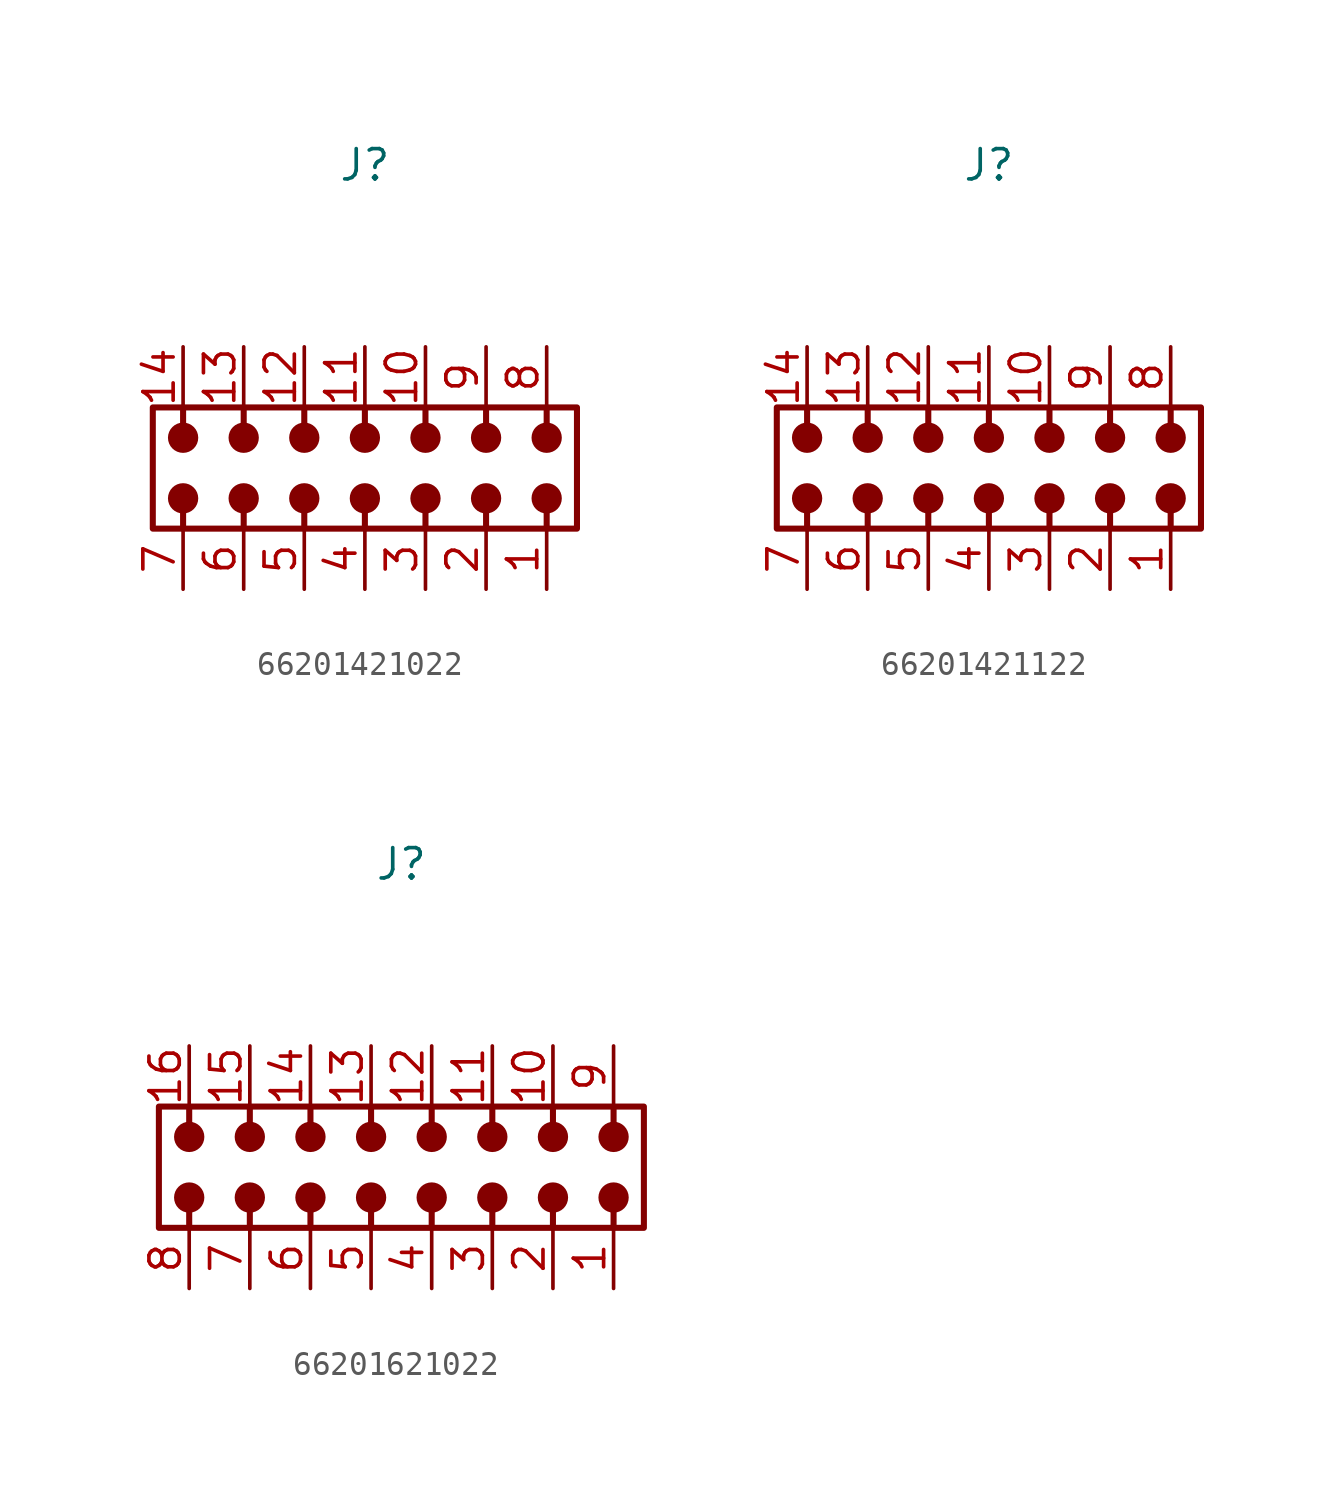
<source format=kicad_sym>
(kicad_symbol_lib
  (version 20241209)
  (generator "kicad_symbol_editor")
  (generator_version "9.0")
  (symbol "66201421022"
    (pin_names
      (hide yes))
    (property "Reference" "J"
      (at 0 12.7 0)
      (effects (font (size 1.27 1.27))))
    (symbol "66201421022_1_1"
      (rectangle (start -8.89 2.54) (end 8.89 -2.54) (stroke (width 0.254) (type solid)) (fill (type none)))
      (polyline (pts (xy -7.62 1.778) (xy -7.62 2.54)) (stroke (width 0.254) (type solid)) (fill (type none)))
      (circle (center -7.62 1.27) (radius 0.508) (stroke (width 0.254) (type solid)) (fill (type outline)))
      (circle (center -7.62 -1.27) (radius 0.508) (stroke (width 0.254) (type solid)) (fill (type outline)))
      (polyline (pts (xy -7.62 -1.778) (xy -7.62 -2.54)) (stroke (width 0.254) (type solid)) (fill (type none)))
      (polyline (pts (xy -5.08 1.778) (xy -5.08 2.54)) (stroke (width 0.254) (type solid)) (fill (type none)))
      (circle (center -5.08 1.27) (radius 0.508) (stroke (width 0.254) (type solid)) (fill (type outline)))
      (circle (center -5.08 -1.27) (radius 0.508) (stroke (width 0.254) (type solid)) (fill (type outline)))
      (polyline (pts (xy -5.08 -1.778) (xy -5.08 -2.54)) (stroke (width 0.254) (type solid)) (fill (type none)))
      (polyline (pts (xy -2.54 1.778) (xy -2.54 2.54)) (stroke (width 0.254) (type solid)) (fill (type none)))
      (circle (center -2.54 1.27) (radius 0.508) (stroke (width 0.254) (type solid)) (fill (type outline)))
      (circle (center -2.54 -1.27) (radius 0.508) (stroke (width 0.254) (type solid)) (fill (type outline)))
      (polyline (pts (xy -2.54 -1.778) (xy -2.54 -2.54)) (stroke (width 0.254) (type solid)) (fill (type none)))
      (polyline (pts (xy 0 1.778) (xy 0 2.54)) (stroke (width 0.254) (type solid)) (fill (type none)))
      (circle (center 0 1.27) (radius 0.508) (stroke (width 0.254) (type solid)) (fill (type outline)))
      (circle (center 0 -1.27) (radius 0.508) (stroke (width 0.254) (type solid)) (fill (type outline)))
      (polyline (pts (xy 0 -1.778) (xy 0 -2.54)) (stroke (width 0.254) (type solid)) (fill (type none)))
      (polyline (pts (xy 2.54 1.778) (xy 2.54 2.54)) (stroke (width 0.254) (type solid)) (fill (type none)))
      (circle (center 2.54 1.27) (radius 0.508) (stroke (width 0.254) (type solid)) (fill (type outline)))
      (circle (center 2.54 -1.27) (radius 0.508) (stroke (width 0.254) (type solid)) (fill (type outline)))
      (polyline (pts (xy 2.54 -1.778) (xy 2.54 -2.54)) (stroke (width 0.254) (type solid)) (fill (type none)))
      (polyline (pts (xy 5.08 1.778) (xy 5.08 2.54)) (stroke (width 0.254) (type solid)) (fill (type none)))
      (circle (center 5.08 1.27) (radius 0.508) (stroke (width 0.254) (type solid)) (fill (type outline)))
      (circle (center 5.08 -1.27) (radius 0.508) (stroke (width 0.254) (type solid)) (fill (type outline)))
      (polyline (pts (xy 5.08 -1.778) (xy 5.08 -2.54)) (stroke (width 0.254) (type solid)) (fill (type none)))
      (polyline (pts (xy 7.62 1.778) (xy 7.62 2.54)) (stroke (width 0.254) (type solid)) (fill (type none)))
      (circle (center 7.62 1.27) (radius 0.508) (stroke (width 0.254) (type solid)) (fill (type outline)))
      (circle (center 7.62 -1.27) (radius 0.508) (stroke (width 0.254) (type solid)) (fill (type outline)))
      (polyline (pts (xy 7.62 -1.778) (xy 7.62 -2.54)) (stroke (width 0.254) (type solid)) (fill (type none)))
      (pin passive line (at -7.62 5.08 270) (length 2.54) (name "14" (effects (font (size 1.27 1.27)))) (number "14" (effects (font (size 1.27 1.27)))))
      (pin passive line (at -7.62 -5.08 90) (length 2.54) (name "7" (effects (font (size 1.27 1.27)))) (number "7" (effects (font (size 1.27 1.27)))))
      (pin passive line (at -5.08 5.08 270) (length 2.54) (name "13" (effects (font (size 1.27 1.27)))) (number "13" (effects (font (size 1.27 1.27)))))
      (pin passive line (at -5.08 -5.08 90) (length 2.54) (name "6" (effects (font (size 1.27 1.27)))) (number "6" (effects (font (size 1.27 1.27)))))
      (pin passive line (at -2.54 5.08 270) (length 2.54) (name "12" (effects (font (size 1.27 1.27)))) (number "12" (effects (font (size 1.27 1.27)))))
      (pin passive line (at -2.54 -5.08 90) (length 2.54) (name "5" (effects (font (size 1.27 1.27)))) (number "5" (effects (font (size 1.27 1.27)))))
      (pin passive line (at 0 5.08 270) (length 2.54) (name "11" (effects (font (size 1.27 1.27)))) (number "11" (effects (font (size 1.27 1.27)))))
      (pin passive line (at 0 -5.08 90) (length 2.54) (name "4" (effects (font (size 1.27 1.27)))) (number "4" (effects (font (size 1.27 1.27)))))
      (pin passive line (at 2.54 5.08 270) (length 2.54) (name "10" (effects (font (size 1.27 1.27)))) (number "10" (effects (font (size 1.27 1.27)))))
      (pin passive line (at 2.54 -5.08 90) (length 2.54) (name "3" (effects (font (size 1.27 1.27)))) (number "3" (effects (font (size 1.27 1.27)))))
      (pin passive line (at 5.08 5.08 270) (length 2.54) (name "9" (effects (font (size 1.27 1.27)))) (number "9" (effects (font (size 1.27 1.27)))))
      (pin passive line (at 5.08 -5.08 90) (length 2.54) (name "2" (effects (font (size 1.27 1.27)))) (number "2" (effects (font (size 1.27 1.27)))))
      (pin passive line (at 7.62 5.08 270) (length 2.54) (name "8" (effects (font (size 1.27 1.27)))) (number "8" (effects (font (size 1.27 1.27)))))
      (pin passive line (at 7.62 -5.08 90) (length 2.54) (name "1" (effects (font (size 1.27 1.27)))) (number "1" (effects (font (size 1.27 1.27)))))))
  (symbol "66201421122"
    (pin_names
      (hide yes))
    (property "Reference" "J"
      (at 0 12.7 0)
      (effects (font (size 1.27 1.27))))
    (symbol "66201421122_1_1"
      (rectangle (start -8.89 2.54) (end 8.89 -2.54) (stroke (width 0.254) (type solid)) (fill (type none)))
      (polyline (pts (xy -7.62 1.778) (xy -7.62 2.54)) (stroke (width 0.254) (type solid)) (fill (type none)))
      (circle (center -7.62 1.27) (radius 0.508) (stroke (width 0.254) (type solid)) (fill (type outline)))
      (circle (center -7.62 -1.27) (radius 0.508) (stroke (width 0.254) (type solid)) (fill (type outline)))
      (polyline (pts (xy -7.62 -1.778) (xy -7.62 -2.54)) (stroke (width 0.254) (type solid)) (fill (type none)))
      (polyline (pts (xy -5.08 1.778) (xy -5.08 2.54)) (stroke (width 0.254) (type solid)) (fill (type none)))
      (circle (center -5.08 1.27) (radius 0.508) (stroke (width 0.254) (type solid)) (fill (type outline)))
      (circle (center -5.08 -1.27) (radius 0.508) (stroke (width 0.254) (type solid)) (fill (type outline)))
      (polyline (pts (xy -5.08 -1.778) (xy -5.08 -2.54)) (stroke (width 0.254) (type solid)) (fill (type none)))
      (polyline (pts (xy -2.54 1.778) (xy -2.54 2.54)) (stroke (width 0.254) (type solid)) (fill (type none)))
      (circle (center -2.54 1.27) (radius 0.508) (stroke (width 0.254) (type solid)) (fill (type outline)))
      (circle (center -2.54 -1.27) (radius 0.508) (stroke (width 0.254) (type solid)) (fill (type outline)))
      (polyline (pts (xy -2.54 -1.778) (xy -2.54 -2.54)) (stroke (width 0.254) (type solid)) (fill (type none)))
      (polyline (pts (xy 0 1.778) (xy 0 2.54)) (stroke (width 0.254) (type solid)) (fill (type none)))
      (circle (center 0 1.27) (radius 0.508) (stroke (width 0.254) (type solid)) (fill (type outline)))
      (circle (center 0 -1.27) (radius 0.508) (stroke (width 0.254) (type solid)) (fill (type outline)))
      (polyline (pts (xy 0 -1.778) (xy 0 -2.54)) (stroke (width 0.254) (type solid)) (fill (type none)))
      (polyline (pts (xy 2.54 1.778) (xy 2.54 2.54)) (stroke (width 0.254) (type solid)) (fill (type none)))
      (circle (center 2.54 1.27) (radius 0.508) (stroke (width 0.254) (type solid)) (fill (type outline)))
      (circle (center 2.54 -1.27) (radius 0.508) (stroke (width 0.254) (type solid)) (fill (type outline)))
      (polyline (pts (xy 2.54 -1.778) (xy 2.54 -2.54)) (stroke (width 0.254) (type solid)) (fill (type none)))
      (polyline (pts (xy 5.08 1.778) (xy 5.08 2.54)) (stroke (width 0.254) (type solid)) (fill (type none)))
      (circle (center 5.08 1.27) (radius 0.508) (stroke (width 0.254) (type solid)) (fill (type outline)))
      (circle (center 5.08 -1.27) (radius 0.508) (stroke (width 0.254) (type solid)) (fill (type outline)))
      (polyline (pts (xy 5.08 -1.778) (xy 5.08 -2.54)) (stroke (width 0.254) (type solid)) (fill (type none)))
      (polyline (pts (xy 7.62 1.778) (xy 7.62 2.54)) (stroke (width 0.254) (type solid)) (fill (type none)))
      (circle (center 7.62 1.27) (radius 0.508) (stroke (width 0.254) (type solid)) (fill (type outline)))
      (circle (center 7.62 -1.27) (radius 0.508) (stroke (width 0.254) (type solid)) (fill (type outline)))
      (polyline (pts (xy 7.62 -1.778) (xy 7.62 -2.54)) (stroke (width 0.254) (type solid)) (fill (type none)))
      (pin passive line (at -7.62 5.08 270) (length 2.54) (name "14" (effects (font (size 1.27 1.27)))) (number "14" (effects (font (size 1.27 1.27)))))
      (pin passive line (at -7.62 -5.08 90) (length 2.54) (name "7" (effects (font (size 1.27 1.27)))) (number "7" (effects (font (size 1.27 1.27)))))
      (pin passive line (at -5.08 5.08 270) (length 2.54) (name "13" (effects (font (size 1.27 1.27)))) (number "13" (effects (font (size 1.27 1.27)))))
      (pin passive line (at -5.08 -5.08 90) (length 2.54) (name "6" (effects (font (size 1.27 1.27)))) (number "6" (effects (font (size 1.27 1.27)))))
      (pin passive line (at -2.54 5.08 270) (length 2.54) (name "12" (effects (font (size 1.27 1.27)))) (number "12" (effects (font (size 1.27 1.27)))))
      (pin passive line (at -2.54 -5.08 90) (length 2.54) (name "5" (effects (font (size 1.27 1.27)))) (number "5" (effects (font (size 1.27 1.27)))))
      (pin passive line (at 0 5.08 270) (length 2.54) (name "11" (effects (font (size 1.27 1.27)))) (number "11" (effects (font (size 1.27 1.27)))))
      (pin passive line (at 0 -5.08 90) (length 2.54) (name "4" (effects (font (size 1.27 1.27)))) (number "4" (effects (font (size 1.27 1.27)))))
      (pin passive line (at 2.54 5.08 270) (length 2.54) (name "10" (effects (font (size 1.27 1.27)))) (number "10" (effects (font (size 1.27 1.27)))))
      (pin passive line (at 2.54 -5.08 90) (length 2.54) (name "3" (effects (font (size 1.27 1.27)))) (number "3" (effects (font (size 1.27 1.27)))))
      (pin passive line (at 5.08 5.08 270) (length 2.54) (name "9" (effects (font (size 1.27 1.27)))) (number "9" (effects (font (size 1.27 1.27)))))
      (pin passive line (at 5.08 -5.08 90) (length 2.54) (name "2" (effects (font (size 1.27 1.27)))) (number "2" (effects (font (size 1.27 1.27)))))
      (pin passive line (at 7.62 5.08 270) (length 2.54) (name "8" (effects (font (size 1.27 1.27)))) (number "8" (effects (font (size 1.27 1.27)))))
      (pin passive line (at 7.62 -5.08 90) (length 2.54) (name "1" (effects (font (size 1.27 1.27)))) (number "1" (effects (font (size 1.27 1.27)))))))
  (symbol "66201621022"
    (pin_names
      (hide yes))
    (property "Reference" "J"
      (at 0 12.7 0)
      (effects (font (size 1.27 1.27))))
    (symbol "66201621022_1_1"
      (rectangle (start -10.16 2.54) (end 10.16 -2.54) (stroke (width 0.254) (type solid)) (fill (type none)))
      (polyline (pts (xy -8.89 1.778) (xy -8.89 2.54)) (stroke (width 0.254) (type solid)) (fill (type none)))
      (circle (center -8.89 1.27) (radius 0.508) (stroke (width 0.254) (type solid)) (fill (type outline)))
      (circle (center -8.89 -1.27) (radius 0.508) (stroke (width 0.254) (type solid)) (fill (type outline)))
      (polyline (pts (xy -8.89 -1.778) (xy -8.89 -2.54)) (stroke (width 0.254) (type solid)) (fill (type none)))
      (polyline (pts (xy -6.35 1.778) (xy -6.35 2.54)) (stroke (width 0.254) (type solid)) (fill (type none)))
      (circle (center -6.35 1.27) (radius 0.508) (stroke (width 0.254) (type solid)) (fill (type outline)))
      (circle (center -6.35 -1.27) (radius 0.508) (stroke (width 0.254) (type solid)) (fill (type outline)))
      (polyline (pts (xy -6.35 -1.778) (xy -6.35 -2.54)) (stroke (width 0.254) (type solid)) (fill (type none)))
      (polyline (pts (xy -3.81 1.778) (xy -3.81 2.54)) (stroke (width 0.254) (type solid)) (fill (type none)))
      (circle (center -3.81 1.27) (radius 0.508) (stroke (width 0.254) (type solid)) (fill (type outline)))
      (circle (center -3.81 -1.27) (radius 0.508) (stroke (width 0.254) (type solid)) (fill (type outline)))
      (polyline (pts (xy -3.81 -1.778) (xy -3.81 -2.54)) (stroke (width 0.254) (type solid)) (fill (type none)))
      (polyline (pts (xy -1.27 1.778) (xy -1.27 2.54)) (stroke (width 0.254) (type solid)) (fill (type none)))
      (circle (center -1.27 1.27) (radius 0.508) (stroke (width 0.254) (type solid)) (fill (type outline)))
      (circle (center -1.27 -1.27) (radius 0.508) (stroke (width 0.254) (type solid)) (fill (type outline)))
      (polyline (pts (xy -1.27 -1.778) (xy -1.27 -2.54)) (stroke (width 0.254) (type solid)) (fill (type none)))
      (polyline (pts (xy 1.27 1.778) (xy 1.27 2.54)) (stroke (width 0.254) (type solid)) (fill (type none)))
      (circle (center 1.27 1.27) (radius 0.508) (stroke (width 0.254) (type solid)) (fill (type outline)))
      (circle (center 1.27 -1.27) (radius 0.508) (stroke (width 0.254) (type solid)) (fill (type outline)))
      (polyline (pts (xy 1.27 -1.778) (xy 1.27 -2.54)) (stroke (width 0.254) (type solid)) (fill (type none)))
      (polyline (pts (xy 3.81 1.778) (xy 3.81 2.54)) (stroke (width 0.254) (type solid)) (fill (type none)))
      (circle (center 3.81 1.27) (radius 0.508) (stroke (width 0.254) (type solid)) (fill (type outline)))
      (circle (center 3.81 -1.27) (radius 0.508) (stroke (width 0.254) (type solid)) (fill (type outline)))
      (polyline (pts (xy 3.81 -1.778) (xy 3.81 -2.54)) (stroke (width 0.254) (type solid)) (fill (type none)))
      (polyline (pts (xy 6.35 1.778) (xy 6.35 2.54)) (stroke (width 0.254) (type solid)) (fill (type none)))
      (circle (center 6.35 1.27) (radius 0.508) (stroke (width 0.254) (type solid)) (fill (type outline)))
      (circle (center 6.35 -1.27) (radius 0.508) (stroke (width 0.254) (type solid)) (fill (type outline)))
      (polyline (pts (xy 6.35 -1.778) (xy 6.35 -2.54)) (stroke (width 0.254) (type solid)) (fill (type none)))
      (polyline (pts (xy 8.89 1.778) (xy 8.89 2.54)) (stroke (width 0.254) (type solid)) (fill (type none)))
      (circle (center 8.89 1.27) (radius 0.508) (stroke (width 0.254) (type solid)) (fill (type outline)))
      (circle (center 8.89 -1.27) (radius 0.508) (stroke (width 0.254) (type solid)) (fill (type outline)))
      (polyline (pts (xy 8.89 -1.778) (xy 8.89 -2.54)) (stroke (width 0.254) (type solid)) (fill (type none)))
      (pin passive line (at -8.89 5.08 270) (length 2.54) (name "16" (effects (font (size 1.27 1.27)))) (number "16" (effects (font (size 1.27 1.27)))))
      (pin passive line (at -8.89 -5.08 90) (length 2.54) (name "8" (effects (font (size 1.27 1.27)))) (number "8" (effects (font (size 1.27 1.27)))))
      (pin passive line (at -6.35 5.08 270) (length 2.54) (name "15" (effects (font (size 1.27 1.27)))) (number "15" (effects (font (size 1.27 1.27)))))
      (pin passive line (at -6.35 -5.08 90) (length 2.54) (name "7" (effects (font (size 1.27 1.27)))) (number "7" (effects (font (size 1.27 1.27)))))
      (pin passive line (at -3.81 5.08 270) (length 2.54) (name "14" (effects (font (size 1.27 1.27)))) (number "14" (effects (font (size 1.27 1.27)))))
      (pin passive line (at -3.81 -5.08 90) (length 2.54) (name "6" (effects (font (size 1.27 1.27)))) (number "6" (effects (font (size 1.27 1.27)))))
      (pin passive line (at -1.27 5.08 270) (length 2.54) (name "13" (effects (font (size 1.27 1.27)))) (number "13" (effects (font (size 1.27 1.27)))))
      (pin passive line (at -1.27 -5.08 90) (length 2.54) (name "5" (effects (font (size 1.27 1.27)))) (number "5" (effects (font (size 1.27 1.27)))))
      (pin passive line (at 1.27 5.08 270) (length 2.54) (name "12" (effects (font (size 1.27 1.27)))) (number "12" (effects (font (size 1.27 1.27)))))
      (pin passive line (at 1.27 -5.08 90) (length 2.54) (name "4" (effects (font (size 1.27 1.27)))) (number "4" (effects (font (size 1.27 1.27)))))
      (pin passive line (at 3.81 5.08 270) (length 2.54) (name "11" (effects (font (size 1.27 1.27)))) (number "11" (effects (font (size 1.27 1.27)))))
      (pin passive line (at 3.81 -5.08 90) (length 2.54) (name "3" (effects (font (size 1.27 1.27)))) (number "3" (effects (font (size 1.27 1.27)))))
      (pin passive line (at 6.35 5.08 270) (length 2.54) (name "10" (effects (font (size 1.27 1.27)))) (number "10" (effects (font (size 1.27 1.27)))))
      (pin passive line (at 6.35 -5.08 90) (length 2.54) (name "2" (effects (font (size 1.27 1.27)))) (number "2" (effects (font (size 1.27 1.27)))))
      (pin passive line (at 8.89 5.08 270) (length 2.54) (name "9" (effects (font (size 1.27 1.27)))) (number "9" (effects (font (size 1.27 1.27)))))
      (pin passive line (at 8.89 -5.08 90) (length 2.54) (name "1" (effects (font (size 1.27 1.27)))) (number "1" (effects (font (size 1.27 1.27))))))))
</source>
